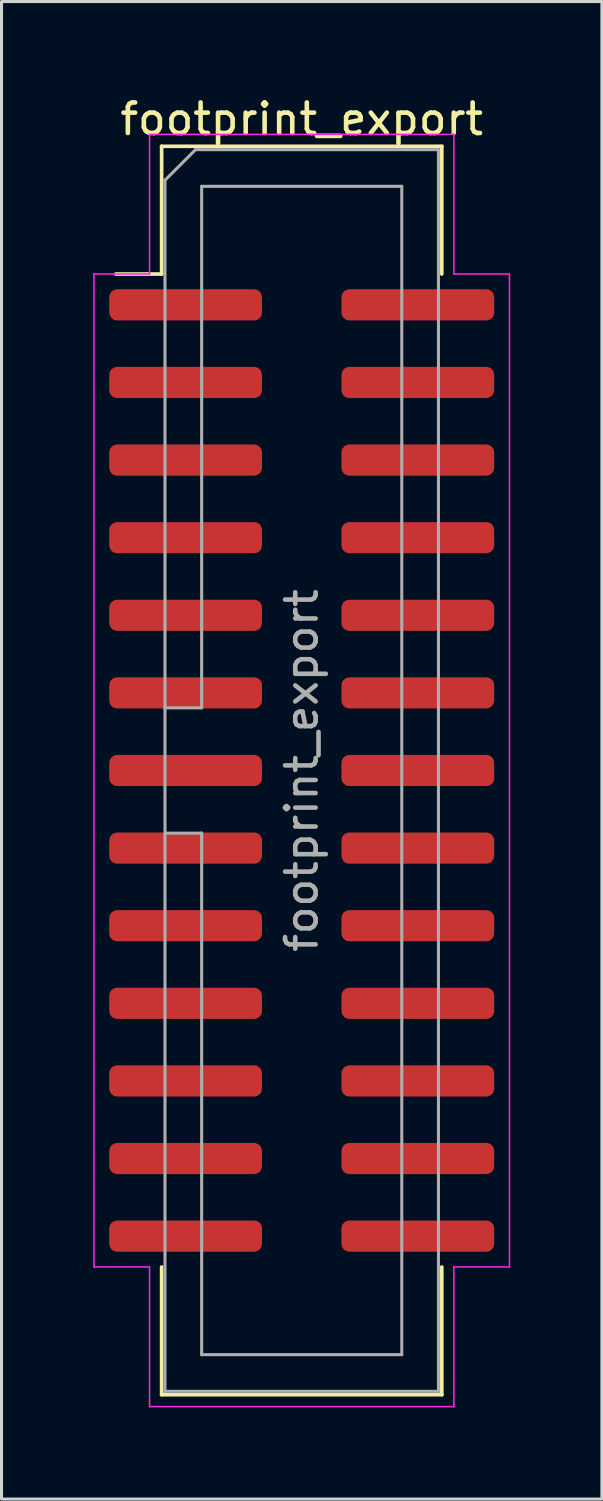
<source format=kicad_pcb>
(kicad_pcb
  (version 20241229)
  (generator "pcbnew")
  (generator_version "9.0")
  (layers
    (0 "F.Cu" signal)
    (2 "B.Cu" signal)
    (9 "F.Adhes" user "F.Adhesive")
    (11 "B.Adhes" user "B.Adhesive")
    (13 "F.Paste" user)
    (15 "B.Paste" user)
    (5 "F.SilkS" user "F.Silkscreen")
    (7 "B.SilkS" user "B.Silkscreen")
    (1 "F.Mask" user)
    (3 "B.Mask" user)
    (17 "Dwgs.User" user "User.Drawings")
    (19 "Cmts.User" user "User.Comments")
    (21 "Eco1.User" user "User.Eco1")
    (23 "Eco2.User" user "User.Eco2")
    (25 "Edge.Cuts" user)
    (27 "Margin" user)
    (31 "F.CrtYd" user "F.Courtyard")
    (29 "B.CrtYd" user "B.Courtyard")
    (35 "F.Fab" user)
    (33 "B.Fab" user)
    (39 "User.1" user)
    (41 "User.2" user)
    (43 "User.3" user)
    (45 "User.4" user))
  (footprint "footprint_export"
    (layer "F.Cu")
    (at 6.825 22.168)
    (property "Reference" "footprint_export" (at 0 -21.32 0) (layer "F.SilkS") (effects (font (size 1 1) (thickness 0.15))))
    (attr smd)
    (fp_line (start -4.585 -20.43) (end 4.585 -20.43) (stroke (width 0.12) (type solid)) (layer "F.SilkS"))
    (fp_line (start -4.585 -16.25) (end -6.085 -16.25) (stroke (width 0.12) (type solid)) (layer "F.SilkS"))
    (fp_line (start -4.585 -16.25) (end -4.585 -20.43) (stroke (width 0.12) (type solid)) (layer "F.SilkS"))
    (fp_line (start -4.585 16.25) (end -4.585 20.43) (stroke (width 0.12) (type solid)) (layer "F.SilkS"))
    (fp_line (start -4.585 20.43) (end 4.585 20.43) (stroke (width 0.12) (type solid)) (layer "F.SilkS"))
    (fp_line (start 4.585 -20.43) (end 4.585 -16.25) (stroke (width 0.12) (type solid)) (layer "F.SilkS"))
    (fp_line (start 4.585 20.43) (end 4.585 16.25) (stroke (width 0.12) (type solid)) (layer "F.SilkS"))
    (fp_line (start -6.8 -16.25) (end -6.8 16.25) (stroke (width 0.05) (type solid)) (layer "F.CrtYd"))
    (fp_line (start -6.8 16.25) (end -4.98 16.25) (stroke (width 0.05) (type solid)) (layer "F.CrtYd"))
    (fp_line (start -4.98 -20.82) (end -4.98 -16.25) (stroke (width 0.05) (type solid)) (layer "F.CrtYd"))
    (fp_line (start -4.98 -16.25) (end -6.8 -16.25) (stroke (width 0.05) (type solid)) (layer "F.CrtYd"))
    (fp_line (start -4.98 16.25) (end -4.98 20.82) (stroke (width 0.05) (type solid)) (layer "F.CrtYd"))
    (fp_line (start -4.98 20.82) (end 4.98 20.82) (stroke (width 0.05) (type solid)) (layer "F.CrtYd"))
    (fp_line (start 4.98 -20.82) (end -4.98 -20.82) (stroke (width 0.05) (type solid)) (layer "F.CrtYd"))
    (fp_line (start 4.98 -16.25) (end 4.98 -20.82) (stroke (width 0.05) (type solid)) (layer "F.CrtYd"))
    (fp_line (start 4.98 16.25) (end 6.8 16.25) (stroke (width 0.05) (type solid)) (layer "F.CrtYd"))
    (fp_line (start 4.98 20.82) (end 4.98 16.25) (stroke (width 0.05) (type solid)) (layer "F.CrtYd"))
    (fp_line (start 6.8 -16.25) (end 4.98 -16.25) (stroke (width 0.05) (type solid)) (layer "F.CrtYd"))
    (fp_line (start 6.8 16.25) (end 6.8 -16.25) (stroke (width 0.05) (type solid)) (layer "F.CrtYd"))
    (fp_line (start -4.475 -19.32) (end -3.475 -20.32) (stroke (width 0.1) (type solid)) (layer "F.Fab"))
    (fp_line (start -4.475 -2.05) (end -3.275 -2.05) (stroke (width 0.1) (type solid)) (layer "F.Fab"))
    (fp_line (start -4.475 20.32) (end -4.475 -19.32) (stroke (width 0.1) (type solid)) (layer "F.Fab"))
    (fp_line (start -3.475 -20.32) (end 4.475 -20.32) (stroke (width 0.1) (type solid)) (layer "F.Fab"))
    (fp_line (start -3.275 -19.12) (end 3.275 -19.12) (stroke (width 0.1) (type solid)) (layer "F.Fab"))
    (fp_line (start -3.275 -2.05) (end -3.275 -19.12) (stroke (width 0.1) (type solid)) (layer "F.Fab"))
    (fp_line (start -3.275 2.05) (end -4.475 2.05) (stroke (width 0.1) (type solid)) (layer "F.Fab"))
    (fp_line (start -3.275 2.05) (end -3.275 2.05) (stroke (width 0.1) (type solid)) (layer "F.Fab"))
    (fp_line (start -3.275 19.12) (end -3.275 2.05) (stroke (width 0.1) (type solid)) (layer "F.Fab"))
    (fp_line (start 3.275 -19.12) (end 3.275 19.12) (stroke (width 0.1) (type solid)) (layer "F.Fab"))
    (fp_line (start 3.275 19.12) (end -3.275 19.12) (stroke (width 0.1) (type solid)) (layer "F.Fab"))
    (fp_line (start 4.475 -20.32) (end 4.475 20.32) (stroke (width 0.1) (type solid)) (layer "F.Fab"))
    (fp_line (start 4.475 20.32) (end -4.475 20.32) (stroke (width 0.1) (type solid)) (layer "F.Fab"))
    (fp_text user "${REFERENCE}" (at 0 0 90) (layer "F.Fab") (effects (font (size 1 1) (thickness 0.15))))
    (pad "1" smd roundrect (at -3.8 -15.24) (size 5 1.02) (layers "F.Cu" "F.Mask" "F.Paste") (roundrect_rratio 0.25))
    (pad "2" smd roundrect (at 3.8 -15.24) (size 5 1.02) (layers "F.Cu" "F.Mask" "F.Paste") (roundrect_rratio 0.25))
    (pad "3" smd roundrect (at -3.8 -12.7) (size 5 1.02) (layers "F.Cu" "F.Mask" "F.Paste") (roundrect_rratio 0.25))
    (pad "4" smd roundrect (at 3.8 -12.7) (size 5 1.02) (layers "F.Cu" "F.Mask" "F.Paste") (roundrect_rratio 0.25))
    (pad "5" smd roundrect (at -3.8 -10.16) (size 5 1.02) (layers "F.Cu" "F.Mask" "F.Paste") (roundrect_rratio 0.25))
    (pad "6" smd roundrect (at 3.8 -10.16) (size 5 1.02) (layers "F.Cu" "F.Mask" "F.Paste") (roundrect_rratio 0.25))
    (pad "7" smd roundrect (at -3.8 -7.62) (size 5 1.02) (layers "F.Cu" "F.Mask" "F.Paste") (roundrect_rratio 0.25))
    (pad "8" smd roundrect (at 3.8 -7.62) (size 5 1.02) (layers "F.Cu" "F.Mask" "F.Paste") (roundrect_rratio 0.25))
    (pad "9" smd roundrect (at -3.8 -5.08) (size 5 1.02) (layers "F.Cu" "F.Mask" "F.Paste") (roundrect_rratio 0.25))
    (pad "10" smd roundrect (at 3.8 -5.08) (size 5 1.02) (layers "F.Cu" "F.Mask" "F.Paste") (roundrect_rratio 0.25))
    (pad "11" smd roundrect (at -3.8 -2.54) (size 5 1.02) (layers "F.Cu" "F.Mask" "F.Paste") (roundrect_rratio 0.25))
    (pad "12" smd roundrect (at 3.8 -2.54) (size 5 1.02) (layers "F.Cu" "F.Mask" "F.Paste") (roundrect_rratio 0.25))
    (pad "13" smd roundrect (at -3.8 0) (size 5 1.02) (layers "F.Cu" "F.Mask" "F.Paste") (roundrect_rratio 0.25))
    (pad "14" smd roundrect (at 3.8 0) (size 5 1.02) (layers "F.Cu" "F.Mask" "F.Paste") (roundrect_rratio 0.25))
    (pad "15" smd roundrect (at -3.8 2.54) (size 5 1.02) (layers "F.Cu" "F.Mask" "F.Paste") (roundrect_rratio 0.25))
    (pad "16" smd roundrect (at 3.8 2.54) (size 5 1.02) (layers "F.Cu" "F.Mask" "F.Paste") (roundrect_rratio 0.25))
    (pad "17" smd roundrect (at -3.8 5.08) (size 5 1.02) (layers "F.Cu" "F.Mask" "F.Paste") (roundrect_rratio 0.25))
    (pad "18" smd roundrect (at 3.8 5.08) (size 5 1.02) (layers "F.Cu" "F.Mask" "F.Paste") (roundrect_rratio 0.25))
    (pad "19" smd roundrect (at -3.8 7.62) (size 5 1.02) (layers "F.Cu" "F.Mask" "F.Paste") (roundrect_rratio 0.25))
    (pad "20" smd roundrect (at 3.8 7.62) (size 5 1.02) (layers "F.Cu" "F.Mask" "F.Paste") (roundrect_rratio 0.25))
    (pad "21" smd roundrect (at -3.8 10.16) (size 5 1.02) (layers "F.Cu" "F.Mask" "F.Paste") (roundrect_rratio 0.25))
    (pad "22" smd roundrect (at 3.8 10.16) (size 5 1.02) (layers "F.Cu" "F.Mask" "F.Paste") (roundrect_rratio 0.25))
    (pad "23" smd roundrect (at -3.8 12.7) (size 5 1.02) (layers "F.Cu" "F.Mask" "F.Paste") (roundrect_rratio 0.25))
    (pad "24" smd roundrect (at 3.8 12.7) (size 5 1.02) (layers "F.Cu" "F.Mask" "F.Paste") (roundrect_rratio 0.25))
    (pad "25" smd roundrect (at -3.8 15.24) (size 5 1.02) (layers "F.Cu" "F.Mask" "F.Paste") (roundrect_rratio 0.25))
    (pad "26" smd roundrect (at 3.8 15.24) (size 5 1.02) (layers "F.Cu" "F.Mask" "F.Paste") (roundrect_rratio 0.25)))
  (gr_rect
    (start -3 -3)
    (end 16.65 46.013)
    (stroke (width 0.1) (type default))
    (fill no)
    (layer "Edge.Cuts")))
</source>
